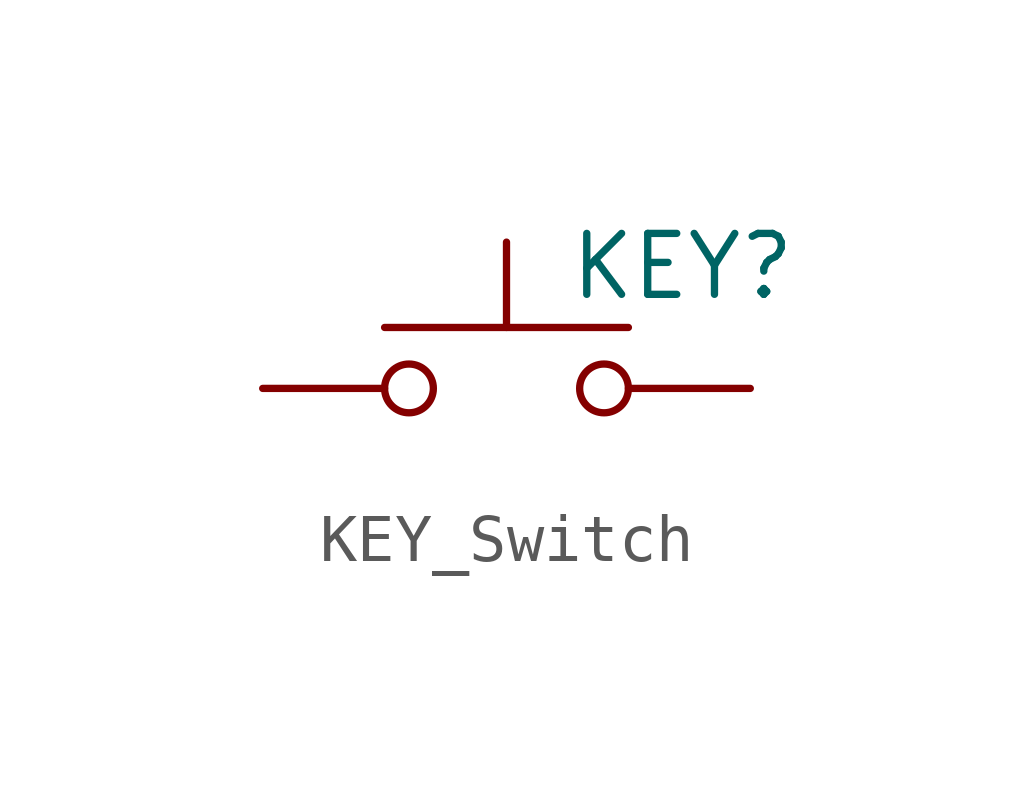
<source format=kicad_sym>
(kicad_symbol_lib
  (version 20220914)
  (generator kicad_symbol_editor)
  (symbol "KEY_Switch"
    (pin_numbers hide)
    (pin_names
      (offset 1.016) hide)
    (property "Reference" "KEY"
      (at 1.27 2.54 0)
      (effects (font (size 1.27 1.27)) (justify left)))
    (property "Value" ""
      (at 0 -1.524 0)
      (effects (font (size 1.27 1.27))))
    (symbol "KEY_Switch_0_1"
      (circle (center -2.032 0) (radius 0.508) (stroke (width 0) (type default)) (fill (type none)))
      (polyline (pts (xy 0 1.27) (xy 0 3.048)) (stroke (width 0) (type default)) (fill (type none)))
      (polyline (pts (xy 2.54 1.27) (xy -2.54 1.27)) (stroke (width 0) (type default)) (fill (type none)))
      (circle (center 2.032 0) (radius 0.508) (stroke (width 0) (type default)) (fill (type none)))
      (pin passive line (at 5.08 0 180) (length 2.54) (name "2" (effects (font (size 1.27 1.27)))) (number "2" (effects (font (size 1.27 1.27))))))
    (symbol "KEY_Switch_1_1"
      (pin passive line (at -5.08 0 0) (length 2.54) (name "1" (effects (font (size 1.27 1.27)))) (number "1" (effects (font (size 1.27 1.27))))))))
</source>
